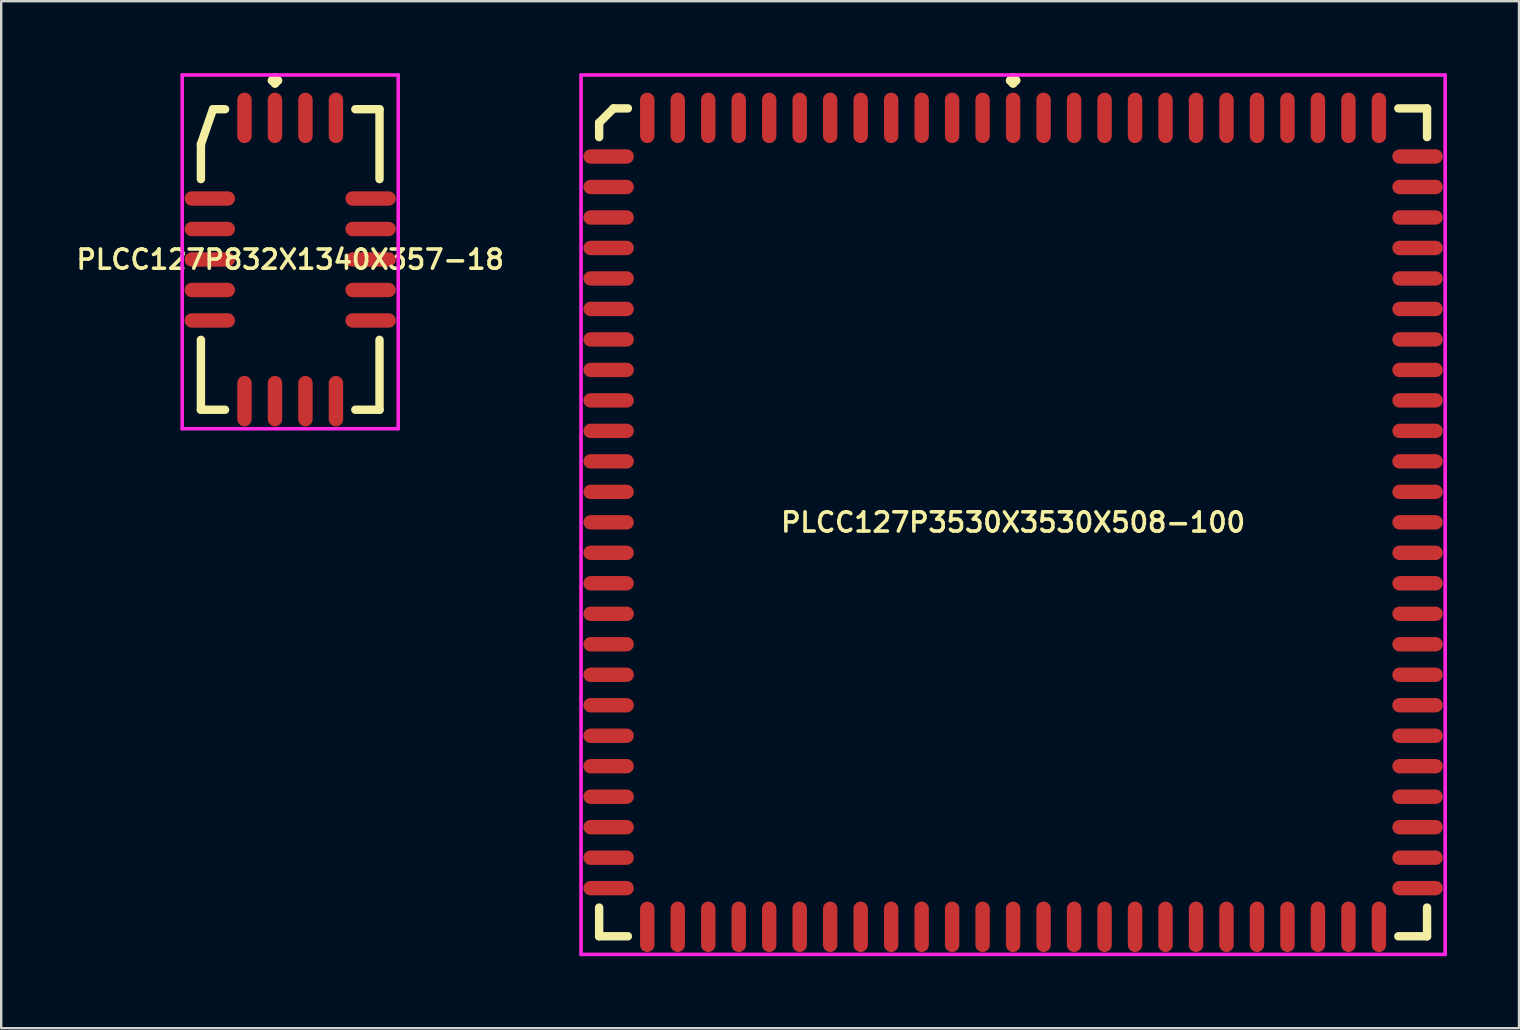
<source format=kicad_pcb>
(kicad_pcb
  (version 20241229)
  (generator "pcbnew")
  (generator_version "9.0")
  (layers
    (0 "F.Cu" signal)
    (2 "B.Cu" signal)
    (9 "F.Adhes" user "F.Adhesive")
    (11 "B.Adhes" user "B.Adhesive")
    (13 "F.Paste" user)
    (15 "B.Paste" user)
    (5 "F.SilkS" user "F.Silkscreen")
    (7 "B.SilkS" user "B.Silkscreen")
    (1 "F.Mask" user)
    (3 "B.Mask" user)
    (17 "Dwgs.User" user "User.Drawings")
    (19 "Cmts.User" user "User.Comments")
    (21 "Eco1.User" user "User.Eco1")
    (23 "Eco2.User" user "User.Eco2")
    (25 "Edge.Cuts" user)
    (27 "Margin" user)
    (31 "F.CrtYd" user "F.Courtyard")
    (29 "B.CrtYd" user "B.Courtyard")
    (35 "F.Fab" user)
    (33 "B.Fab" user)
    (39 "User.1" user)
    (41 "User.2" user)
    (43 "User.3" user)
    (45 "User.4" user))
  (footprint "PLCC127P3530X3530X508-100"
    (layer "F.Cu")
    (at 39.155 18.71)
    (property "Reference" "PLCC127P3530X3530X508-100" (at 0 0 0) (layer "F.SilkS") (effects (font (size 0.8 0.8) (thickness 0.15))))
    (attr through_hole)
    (fp_line (start -17.245 -16.646) (end -16.646 -17.245) (stroke (width 0.35) (type solid)) (layer "F.SilkS"))
    (fp_line (start -17.245 -16.048) (end -17.245 -16.646) (stroke (width 0.35) (type solid)) (layer "F.SilkS"))
    (fp_line (start -17.245 16.048) (end -17.245 17.245) (stroke (width 0.35) (type solid)) (layer "F.SilkS"))
    (fp_line (start -17.245 17.245) (end -16.048 17.245) (stroke (width 0.35) (type solid)) (layer "F.SilkS"))
    (fp_line (start -16.646 -17.245) (end -16.048 -17.245) (stroke (width 0.35) (type solid)) (layer "F.SilkS"))
    (fp_line (start -0.127 -18.408) (end 0 -18.535) (stroke (width 0.35) (type solid)) (layer "F.SilkS"))
    (fp_line (start 0 -18.535) (end 0.127 -18.408) (stroke (width 0.35) (type solid)) (layer "F.SilkS"))
    (fp_line (start 0 -18.281) (end -0.127 -18.408) (stroke (width 0.35) (type solid)) (layer "F.SilkS"))
    (fp_line (start 0.127 -18.408) (end 0 -18.281) (stroke (width 0.35) (type solid)) (layer "F.SilkS"))
    (fp_line (start 17.245 -17.245) (end 16.048 -17.245) (stroke (width 0.35) (type solid)) (layer "F.SilkS"))
    (fp_line (start 17.245 -16.048) (end 17.245 -17.245) (stroke (width 0.35) (type solid)) (layer "F.SilkS"))
    (fp_line (start 17.245 16.048) (end 17.245 17.245) (stroke (width 0.35) (type solid)) (layer "F.SilkS"))
    (fp_line (start 17.245 17.245) (end 16.048 17.245) (stroke (width 0.35) (type solid)) (layer "F.SilkS"))
    (fp_line (start -18 -18.635) (end 18 -18.635) (stroke (width 0.15) (type solid)) (layer "F.CrtYd"))
    (fp_line (start -18 18) (end -18 -18.635) (stroke (width 0.15) (type solid)) (layer "F.CrtYd"))
    (fp_line (start 18 -18.635) (end 18 18) (stroke (width 0.15) (type solid)) (layer "F.CrtYd"))
    (fp_line (start 18 18) (end -18 18) (stroke (width 0.15) (type solid)) (layer "F.CrtYd"))
    (pad "1" smd oval (at 0 -16.85) (size 0.6 2.1) (layers "F.Cu" "F.Mask" "F.Paste"))
    (pad "2" smd oval (at -1.27 -16.85) (size 0.6 2.1) (layers "F.Cu" "F.Mask" "F.Paste"))
    (pad "3" smd oval (at -2.54 -16.85) (size 0.6 2.1) (layers "F.Cu" "F.Mask" "F.Paste"))
    (pad "4" smd oval (at -3.81 -16.85) (size 0.6 2.1) (layers "F.Cu" "F.Mask" "F.Paste"))
    (pad "5" smd oval (at -5.08 -16.85) (size 0.6 2.1) (layers "F.Cu" "F.Mask" "F.Paste"))
    (pad "6" smd oval (at -6.35 -16.85) (size 0.6 2.1) (layers "F.Cu" "F.Mask" "F.Paste"))
    (pad "7" smd oval (at -7.62 -16.85) (size 0.6 2.1) (layers "F.Cu" "F.Mask" "F.Paste"))
    (pad "8" smd oval (at -8.89 -16.85) (size 0.6 2.1) (layers "F.Cu" "F.Mask" "F.Paste"))
    (pad "9" smd oval (at -10.16 -16.85) (size 0.6 2.1) (layers "F.Cu" "F.Mask" "F.Paste"))
    (pad "10" smd oval (at -11.43 -16.85) (size 0.6 2.1) (layers "F.Cu" "F.Mask" "F.Paste"))
    (pad "11" smd oval (at -12.7 -16.85) (size 0.6 2.1) (layers "F.Cu" "F.Mask" "F.Paste"))
    (pad "12" smd oval (at -13.97 -16.85) (size 0.6 2.1) (layers "F.Cu" "F.Mask" "F.Paste"))
    (pad "13" smd oval (at -15.24 -16.85) (size 0.6 2.1) (layers "F.Cu" "F.Mask" "F.Paste"))
    (pad "14" smd oval (at -16.85 -15.24) (size 2.1 0.6) (layers "F.Cu" "F.Mask" "F.Paste"))
    (pad "15" smd oval (at -16.85 -13.97) (size 2.1 0.6) (layers "F.Cu" "F.Mask" "F.Paste"))
    (pad "16" smd oval (at -16.85 -12.7) (size 2.1 0.6) (layers "F.Cu" "F.Mask" "F.Paste"))
    (pad "17" smd oval (at -16.85 -11.43) (size 2.1 0.6) (layers "F.Cu" "F.Mask" "F.Paste"))
    (pad "18" smd oval (at -16.85 -10.16) (size 2.1 0.6) (layers "F.Cu" "F.Mask" "F.Paste"))
    (pad "19" smd oval (at -16.85 -8.89) (size 2.1 0.6) (layers "F.Cu" "F.Mask" "F.Paste"))
    (pad "20" smd oval (at -16.85 -7.62) (size 2.1 0.6) (layers "F.Cu" "F.Mask" "F.Paste"))
    (pad "21" smd oval (at -16.85 -6.35) (size 2.1 0.6) (layers "F.Cu" "F.Mask" "F.Paste"))
    (pad "22" smd oval (at -16.85 -5.08) (size 2.1 0.6) (layers "F.Cu" "F.Mask" "F.Paste"))
    (pad "23" smd oval (at -16.85 -3.81) (size 2.1 0.6) (layers "F.Cu" "F.Mask" "F.Paste"))
    (pad "24" smd oval (at -16.85 -2.54) (size 2.1 0.6) (layers "F.Cu" "F.Mask" "F.Paste"))
    (pad "25" smd oval (at -16.85 -1.27) (size 2.1 0.6) (layers "F.Cu" "F.Mask" "F.Paste"))
    (pad "26" smd oval (at -16.85 0) (size 2.1 0.6) (layers "F.Cu" "F.Mask" "F.Paste"))
    (pad "27" smd oval (at -16.85 1.27) (size 2.1 0.6) (layers "F.Cu" "F.Mask" "F.Paste"))
    (pad "28" smd oval (at -16.85 2.54) (size 2.1 0.6) (layers "F.Cu" "F.Mask" "F.Paste"))
    (pad "29" smd oval (at -16.85 3.81) (size 2.1 0.6) (layers "F.Cu" "F.Mask" "F.Paste"))
    (pad "30" smd oval (at -16.85 5.08) (size 2.1 0.6) (layers "F.Cu" "F.Mask" "F.Paste"))
    (pad "31" smd oval (at -16.85 6.35) (size 2.1 0.6) (layers "F.Cu" "F.Mask" "F.Paste"))
    (pad "32" smd oval (at -16.85 7.62) (size 2.1 0.6) (layers "F.Cu" "F.Mask" "F.Paste"))
    (pad "33" smd oval (at -16.85 8.89) (size 2.1 0.6) (layers "F.Cu" "F.Mask" "F.Paste"))
    (pad "34" smd oval (at -16.85 10.16) (size 2.1 0.6) (layers "F.Cu" "F.Mask" "F.Paste"))
    (pad "35" smd oval (at -16.85 11.43) (size 2.1 0.6) (layers "F.Cu" "F.Mask" "F.Paste"))
    (pad "36" smd oval (at -16.85 12.7) (size 2.1 0.6) (layers "F.Cu" "F.Mask" "F.Paste"))
    (pad "37" smd oval (at -16.85 13.97) (size 2.1 0.6) (layers "F.Cu" "F.Mask" "F.Paste"))
    (pad "38" smd oval (at -16.85 15.24) (size 2.1 0.6) (layers "F.Cu" "F.Mask" "F.Paste"))
    (pad "39" smd oval (at -15.24 16.85) (size 0.6 2.1) (layers "F.Cu" "F.Mask" "F.Paste"))
    (pad "40" smd oval (at -13.97 16.85) (size 0.6 2.1) (layers "F.Cu" "F.Mask" "F.Paste"))
    (pad "41" smd oval (at -12.7 16.85) (size 0.6 2.1) (layers "F.Cu" "F.Mask" "F.Paste"))
    (pad "42" smd oval (at -11.43 16.85) (size 0.6 2.1) (layers "F.Cu" "F.Mask" "F.Paste"))
    (pad "43" smd oval (at -10.16 16.85) (size 0.6 2.1) (layers "F.Cu" "F.Mask" "F.Paste"))
    (pad "44" smd oval (at -8.89 16.85) (size 0.6 2.1) (layers "F.Cu" "F.Mask" "F.Paste"))
    (pad "45" smd oval (at -7.62 16.85) (size 0.6 2.1) (layers "F.Cu" "F.Mask" "F.Paste"))
    (pad "46" smd oval (at -6.35 16.85) (size 0.6 2.1) (layers "F.Cu" "F.Mask" "F.Paste"))
    (pad "47" smd oval (at -5.08 16.85) (size 0.6 2.1) (layers "F.Cu" "F.Mask" "F.Paste"))
    (pad "48" smd oval (at -3.81 16.85) (size 0.6 2.1) (layers "F.Cu" "F.Mask" "F.Paste"))
    (pad "49" smd oval (at -2.54 16.85) (size 0.6 2.1) (layers "F.Cu" "F.Mask" "F.Paste"))
    (pad "50" smd oval (at -1.27 16.85) (size 0.6 2.1) (layers "F.Cu" "F.Mask" "F.Paste"))
    (pad "51" smd oval (at 0 16.85) (size 0.6 2.1) (layers "F.Cu" "F.Mask" "F.Paste"))
    (pad "52" smd oval (at 1.27 16.85) (size 0.6 2.1) (layers "F.Cu" "F.Mask" "F.Paste"))
    (pad "53" smd oval (at 2.54 16.85) (size 0.6 2.1) (layers "F.Cu" "F.Mask" "F.Paste"))
    (pad "54" smd oval (at 3.81 16.85) (size 0.6 2.1) (layers "F.Cu" "F.Mask" "F.Paste"))
    (pad "55" smd oval (at 5.08 16.85) (size 0.6 2.1) (layers "F.Cu" "F.Mask" "F.Paste"))
    (pad "56" smd oval (at 6.35 16.85) (size 0.6 2.1) (layers "F.Cu" "F.Mask" "F.Paste"))
    (pad "57" smd oval (at 7.62 16.85) (size 0.6 2.1) (layers "F.Cu" "F.Mask" "F.Paste"))
    (pad "58" smd oval (at 8.89 16.85) (size 0.6 2.1) (layers "F.Cu" "F.Mask" "F.Paste"))
    (pad "59" smd oval (at 10.16 16.85) (size 0.6 2.1) (layers "F.Cu" "F.Mask" "F.Paste"))
    (pad "60" smd oval (at 11.43 16.85) (size 0.6 2.1) (layers "F.Cu" "F.Mask" "F.Paste"))
    (pad "61" smd oval (at 12.7 16.85) (size 0.6 2.1) (layers "F.Cu" "F.Mask" "F.Paste"))
    (pad "62" smd oval (at 13.97 16.85) (size 0.6 2.1) (layers "F.Cu" "F.Mask" "F.Paste"))
    (pad "63" smd oval (at 15.24 16.85) (size 0.6 2.1) (layers "F.Cu" "F.Mask" "F.Paste"))
    (pad "64" smd oval (at 16.85 15.24) (size 2.1 0.6) (layers "F.Cu" "F.Mask" "F.Paste"))
    (pad "65" smd oval (at 16.85 13.97) (size 2.1 0.6) (layers "F.Cu" "F.Mask" "F.Paste"))
    (pad "66" smd oval (at 16.85 12.7) (size 2.1 0.6) (layers "F.Cu" "F.Mask" "F.Paste"))
    (pad "67" smd oval (at 16.85 11.43) (size 2.1 0.6) (layers "F.Cu" "F.Mask" "F.Paste"))
    (pad "68" smd oval (at 16.85 10.16) (size 2.1 0.6) (layers "F.Cu" "F.Mask" "F.Paste"))
    (pad "69" smd oval (at 16.85 8.89) (size 2.1 0.6) (layers "F.Cu" "F.Mask" "F.Paste"))
    (pad "70" smd oval (at 16.85 7.62) (size 2.1 0.6) (layers "F.Cu" "F.Mask" "F.Paste"))
    (pad "71" smd oval (at 16.85 6.35) (size 2.1 0.6) (layers "F.Cu" "F.Mask" "F.Paste"))
    (pad "72" smd oval (at 16.85 5.08) (size 2.1 0.6) (layers "F.Cu" "F.Mask" "F.Paste"))
    (pad "73" smd oval (at 16.85 3.81) (size 2.1 0.6) (layers "F.Cu" "F.Mask" "F.Paste"))
    (pad "74" smd oval (at 16.85 2.54) (size 2.1 0.6) (layers "F.Cu" "F.Mask" "F.Paste"))
    (pad "75" smd oval (at 16.85 1.27) (size 2.1 0.6) (layers "F.Cu" "F.Mask" "F.Paste"))
    (pad "76" smd oval (at 16.85 0) (size 2.1 0.6) (layers "F.Cu" "F.Mask" "F.Paste"))
    (pad "77" smd oval (at 16.85 -1.27) (size 2.1 0.6) (layers "F.Cu" "F.Mask" "F.Paste"))
    (pad "78" smd oval (at 16.85 -2.54) (size 2.1 0.6) (layers "F.Cu" "F.Mask" "F.Paste"))
    (pad "79" smd oval (at 16.85 -3.81) (size 2.1 0.6) (layers "F.Cu" "F.Mask" "F.Paste"))
    (pad "80" smd oval (at 16.85 -5.08) (size 2.1 0.6) (layers "F.Cu" "F.Mask" "F.Paste"))
    (pad "81" smd oval (at 16.85 -6.35) (size 2.1 0.6) (layers "F.Cu" "F.Mask" "F.Paste"))
    (pad "82" smd oval (at 16.85 -7.62) (size 2.1 0.6) (layers "F.Cu" "F.Mask" "F.Paste"))
    (pad "83" smd oval (at 16.85 -8.89) (size 2.1 0.6) (layers "F.Cu" "F.Mask" "F.Paste"))
    (pad "84" smd oval (at 16.85 -10.16) (size 2.1 0.6) (layers "F.Cu" "F.Mask" "F.Paste"))
    (pad "85" smd oval (at 16.85 -11.43) (size 2.1 0.6) (layers "F.Cu" "F.Mask" "F.Paste"))
    (pad "86" smd oval (at 16.85 -12.7) (size 2.1 0.6) (layers "F.Cu" "F.Mask" "F.Paste"))
    (pad "87" smd oval (at 16.85 -13.97) (size 2.1 0.6) (layers "F.Cu" "F.Mask" "F.Paste"))
    (pad "88" smd oval (at 16.85 -15.24) (size 2.1 0.6) (layers "F.Cu" "F.Mask" "F.Paste"))
    (pad "89" smd oval (at 15.24 -16.85) (size 0.6 2.1) (layers "F.Cu" "F.Mask" "F.Paste"))
    (pad "90" smd oval (at 13.97 -16.85) (size 0.6 2.1) (layers "F.Cu" "F.Mask" "F.Paste"))
    (pad "91" smd oval (at 12.7 -16.85) (size 0.6 2.1) (layers "F.Cu" "F.Mask" "F.Paste"))
    (pad "92" smd oval (at 11.43 -16.85) (size 0.6 2.1) (layers "F.Cu" "F.Mask" "F.Paste"))
    (pad "93" smd oval (at 10.16 -16.85) (size 0.6 2.1) (layers "F.Cu" "F.Mask" "F.Paste"))
    (pad "94" smd oval (at 8.89 -16.85) (size 0.6 2.1) (layers "F.Cu" "F.Mask" "F.Paste"))
    (pad "95" smd oval (at 7.62 -16.85) (size 0.6 2.1) (layers "F.Cu" "F.Mask" "F.Paste"))
    (pad "96" smd oval (at 6.35 -16.85) (size 0.6 2.1) (layers "F.Cu" "F.Mask" "F.Paste"))
    (pad "97" smd oval (at 5.08 -16.85) (size 0.6 2.1) (layers "F.Cu" "F.Mask" "F.Paste"))
    (pad "98" smd oval (at 3.81 -16.85) (size 0.6 2.1) (layers "F.Cu" "F.Mask" "F.Paste"))
    (pad "99" smd oval (at 2.54 -16.85) (size 0.6 2.1) (layers "F.Cu" "F.Mask" "F.Paste"))
    (pad "100" smd oval (at 1.27 -16.85) (size 0.6 2.1) (layers "F.Cu" "F.Mask" "F.Paste")))
  (footprint "PLCC127P832X1340X357-18"
    (layer "F.Cu")
    (at 9.04 7.76)
    (property "Reference" "PLCC127P832X1340X357-18" (at 0 0 0) (layer "F.SilkS") (effects (font (size 0.8 0.8) (thickness 0.15))))
    (attr through_hole)
    (fp_line (start -3.72 -4.804) (end -3.216 -6.26) (stroke (width 0.35) (type solid)) (layer "F.SilkS"))
    (fp_line (start -3.72 -3.348) (end -3.72 -4.804) (stroke (width 0.35) (type solid)) (layer "F.SilkS"))
    (fp_line (start -3.72 3.348) (end -3.72 6.26) (stroke (width 0.35) (type solid)) (layer "F.SilkS"))
    (fp_line (start -3.72 6.26) (end -2.713 6.26) (stroke (width 0.35) (type solid)) (layer "F.SilkS"))
    (fp_line (start -3.216 -6.26) (end -2.713 -6.26) (stroke (width 0.35) (type solid)) (layer "F.SilkS"))
    (fp_line (start -0.762 -7.458) (end -0.635 -7.585) (stroke (width 0.35) (type solid)) (layer "F.SilkS"))
    (fp_line (start -0.635 -7.585) (end -0.508 -7.458) (stroke (width 0.35) (type solid)) (layer "F.SilkS"))
    (fp_line (start -0.635 -7.331) (end -0.762 -7.458) (stroke (width 0.35) (type solid)) (layer "F.SilkS"))
    (fp_line (start -0.508 -7.458) (end -0.635 -7.331) (stroke (width 0.35) (type solid)) (layer "F.SilkS"))
    (fp_line (start 3.72 -6.26) (end 2.713 -6.26) (stroke (width 0.35) (type solid)) (layer "F.SilkS"))
    (fp_line (start 3.72 -3.348) (end 3.72 -6.26) (stroke (width 0.35) (type solid)) (layer "F.SilkS"))
    (fp_line (start 3.72 3.348) (end 3.72 6.26) (stroke (width 0.35) (type solid)) (layer "F.SilkS"))
    (fp_line (start 3.72 6.26) (end 2.713 6.26) (stroke (width 0.35) (type solid)) (layer "F.SilkS"))
    (fp_line (start -4.5 -7.685) (end 4.5 -7.685) (stroke (width 0.15) (type solid)) (layer "F.CrtYd"))
    (fp_line (start -4.5 7.05) (end -4.5 -7.685) (stroke (width 0.15) (type solid)) (layer "F.CrtYd"))
    (fp_line (start 4.5 -7.685) (end 4.5 7.05) (stroke (width 0.15) (type solid)) (layer "F.CrtYd"))
    (fp_line (start 4.5 7.05) (end -4.5 7.05) (stroke (width 0.15) (type solid)) (layer "F.CrtYd"))
    (pad "1" smd oval (at -0.635 -5.9) (size 0.6 2.1) (layers "F.Cu" "F.Mask" "F.Paste"))
    (pad "2" smd oval (at -1.905 -5.9) (size 0.6 2.1) (layers "F.Cu" "F.Mask" "F.Paste"))
    (pad "3" smd oval (at -3.35 -2.54) (size 2.1 0.6) (layers "F.Cu" "F.Mask" "F.Paste"))
    (pad "4" smd oval (at -3.35 -1.27) (size 2.1 0.6) (layers "F.Cu" "F.Mask" "F.Paste"))
    (pad "5" smd oval (at -3.35 0) (size 2.1 0.6) (layers "F.Cu" "F.Mask" "F.Paste"))
    (pad "6" smd oval (at -3.35 1.27) (size 2.1 0.6) (layers "F.Cu" "F.Mask" "F.Paste"))
    (pad "7" smd oval (at -3.35 2.54) (size 2.1 0.6) (layers "F.Cu" "F.Mask" "F.Paste"))
    (pad "8" smd oval (at -1.905 5.9) (size 0.6 2.1) (layers "F.Cu" "F.Mask" "F.Paste"))
    (pad "9" smd oval (at -0.635 5.9) (size 0.6 2.1) (layers "F.Cu" "F.Mask" "F.Paste"))
    (pad "10" smd oval (at 0.635 5.9) (size 0.6 2.1) (layers "F.Cu" "F.Mask" "F.Paste"))
    (pad "11" smd oval (at 1.905 5.9) (size 0.6 2.1) (layers "F.Cu" "F.Mask" "F.Paste"))
    (pad "12" smd oval (at 3.35 2.54) (size 2.1 0.6) (layers "F.Cu" "F.Mask" "F.Paste"))
    (pad "13" smd oval (at 3.35 1.27) (size 2.1 0.6) (layers "F.Cu" "F.Mask" "F.Paste"))
    (pad "14" smd oval (at 3.35 0) (size 2.1 0.6) (layers "F.Cu" "F.Mask" "F.Paste"))
    (pad "15" smd oval (at 3.35 -1.27) (size 2.1 0.6) (layers "F.Cu" "F.Mask" "F.Paste"))
    (pad "16" smd oval (at 3.35 -2.54) (size 2.1 0.6) (layers "F.Cu" "F.Mask" "F.Paste"))
    (pad "17" smd oval (at 1.905 -5.9) (size 0.6 2.1) (layers "F.Cu" "F.Mask" "F.Paste"))
    (pad "18" smd oval (at 0.635 -5.9) (size 0.6 2.1) (layers "F.Cu" "F.Mask" "F.Paste")))
  (gr_rect
    (start -3 -3)
    (end 60.23 39.785)
    (stroke (width 0.1) (type default))
    (fill no)
    (layer "Edge.Cuts")))
</source>
